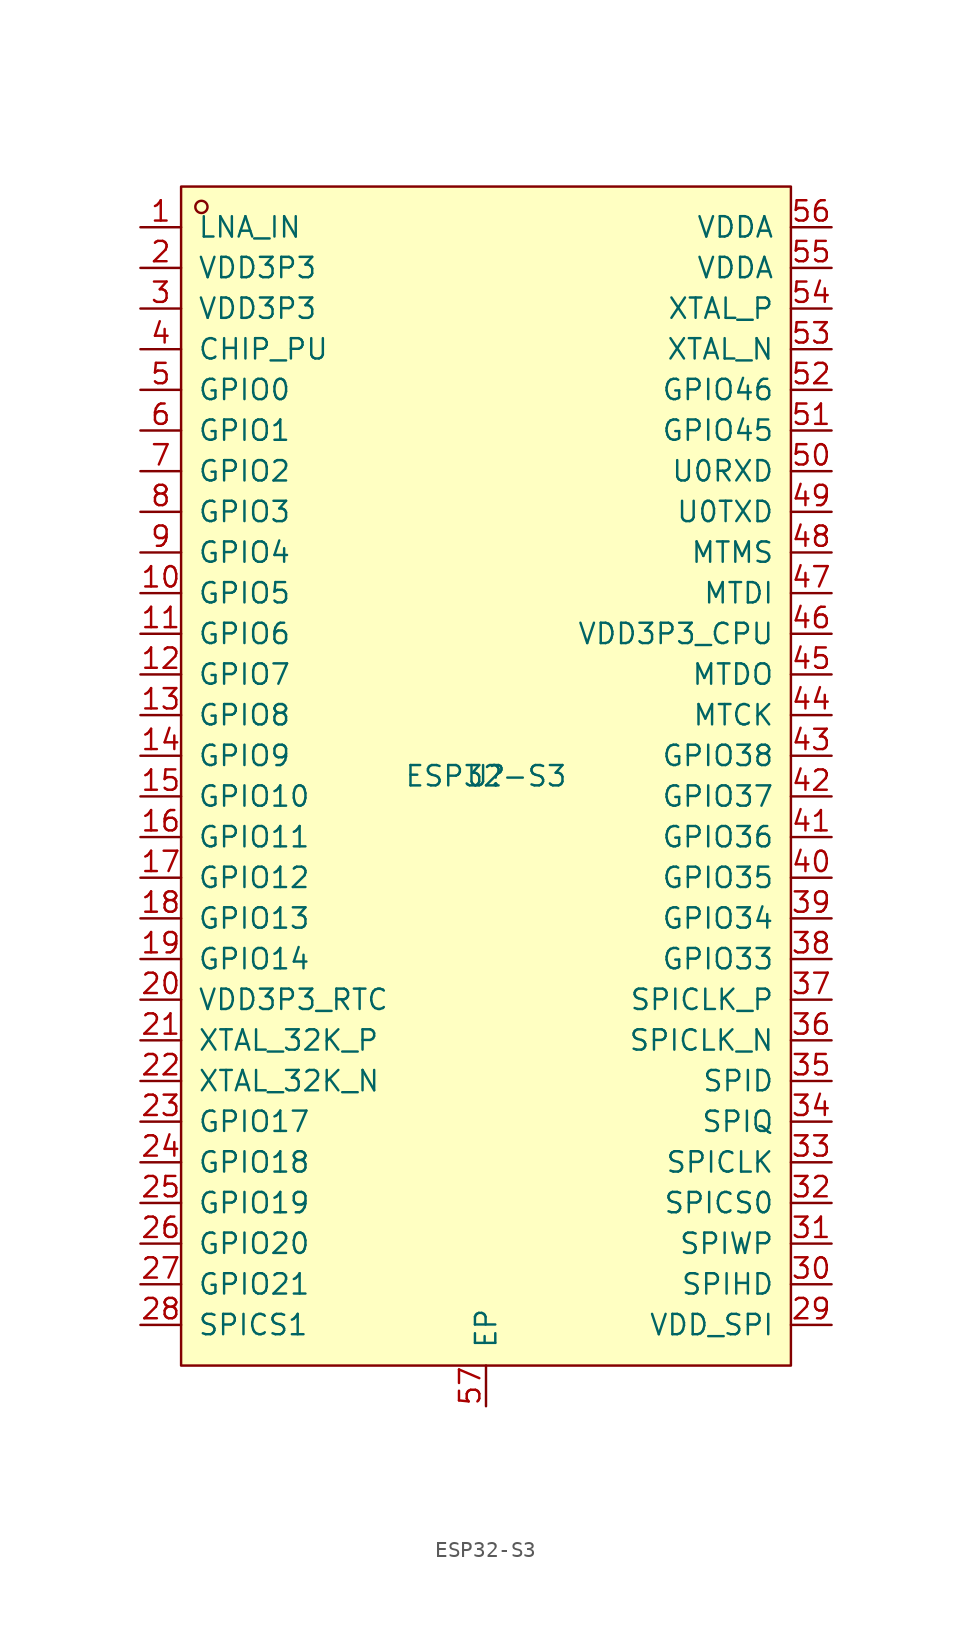
<source format=kicad_sym>
(kicad_symbol_lib
  (version 20211014)
  (generator kicad_symbol_editor)
  (symbol "ESP32-S3"
    (pin_names
      (offset 1.016))
    (property "Reference" "U"
      (at 0 0 0)
      (effects (font (size 1.27 1.27))))
    (property "Value" "ESP32-S3"
      (at 0 0 0)
      (effects (font (size 1.27 1.27))))
    (symbol "ESP32-S3_1_1"
      (rectangle (start -19.05 -36.83) (end 19.05 36.83) (stroke (width 0) (type default) (color 0 0 0 0)) (fill (type background)))
      (circle (center -17.78 35.56) (radius 0.381) (stroke (width 0) (type default) (color 0 0 0 0)) (fill (type none)))
      (pin input line (at -21.59 34.29 0) (length 2.54) (name "LNA_IN" (effects (font (size 1.27 1.27)))) (number "1" (effects (font (size 1.27 1.27)))))
      (pin input line (at -21.59 11.43 0) (length 2.54) (name "GPIO5" (effects (font (size 1.27 1.27)))) (number "10" (effects (font (size 1.27 1.27)))))
      (pin input line (at -21.59 8.89 0) (length 2.54) (name "GPIO6" (effects (font (size 1.27 1.27)))) (number "11" (effects (font (size 1.27 1.27)))))
      (pin input line (at -21.59 6.35 0) (length 2.54) (name "GPIO7" (effects (font (size 1.27 1.27)))) (number "12" (effects (font (size 1.27 1.27)))))
      (pin input line (at -21.59 3.81 0) (length 2.54) (name "GPIO8" (effects (font (size 1.27 1.27)))) (number "13" (effects (font (size 1.27 1.27)))))
      (pin input line (at -21.59 1.27 0) (length 2.54) (name "GPIO9" (effects (font (size 1.27 1.27)))) (number "14" (effects (font (size 1.27 1.27)))))
      (pin input line (at -21.59 -1.27 0) (length 2.54) (name "GPIO10" (effects (font (size 1.27 1.27)))) (number "15" (effects (font (size 1.27 1.27)))))
      (pin input line (at -21.59 -3.81 0) (length 2.54) (name "GPIO11" (effects (font (size 1.27 1.27)))) (number "16" (effects (font (size 1.27 1.27)))))
      (pin input line (at -21.59 -6.35 0) (length 2.54) (name "GPIO12" (effects (font (size 1.27 1.27)))) (number "17" (effects (font (size 1.27 1.27)))))
      (pin input line (at -21.59 -8.89 0) (length 2.54) (name "GPIO13" (effects (font (size 1.27 1.27)))) (number "18" (effects (font (size 1.27 1.27)))))
      (pin input line (at -21.59 -11.43 0) (length 2.54) (name "GPIO14" (effects (font (size 1.27 1.27)))) (number "19" (effects (font (size 1.27 1.27)))))
      (pin input line (at -21.59 31.75 0) (length 2.54) (name "VDD3P3" (effects (font (size 1.27 1.27)))) (number "2" (effects (font (size 1.27 1.27)))))
      (pin input line (at -21.59 -13.97 0) (length 2.54) (name "VDD3P3_RTC" (effects (font (size 1.27 1.27)))) (number "20" (effects (font (size 1.27 1.27)))))
      (pin input line (at -21.59 -16.51 0) (length 2.54) (name "XTAL_32K_P" (effects (font (size 1.27 1.27)))) (number "21" (effects (font (size 1.27 1.27)))))
      (pin input line (at -21.59 -19.05 0) (length 2.54) (name "XTAL_32K_N" (effects (font (size 1.27 1.27)))) (number "22" (effects (font (size 1.27 1.27)))))
      (pin input line (at -21.59 -21.59 0) (length 2.54) (name "GPIO17" (effects (font (size 1.27 1.27)))) (number "23" (effects (font (size 1.27 1.27)))))
      (pin input line (at -21.59 -24.13 0) (length 2.54) (name "GPIO18" (effects (font (size 1.27 1.27)))) (number "24" (effects (font (size 1.27 1.27)))))
      (pin input line (at -21.59 -26.67 0) (length 2.54) (name "GPIO19" (effects (font (size 1.27 1.27)))) (number "25" (effects (font (size 1.27 1.27)))))
      (pin input line (at -21.59 -29.21 0) (length 2.54) (name "GPIO20" (effects (font (size 1.27 1.27)))) (number "26" (effects (font (size 1.27 1.27)))))
      (pin input line (at -21.59 -31.75 0) (length 2.54) (name "GPIO21" (effects (font (size 1.27 1.27)))) (number "27" (effects (font (size 1.27 1.27)))))
      (pin input line (at -21.59 -34.29 0) (length 2.54) (name "SPICS1" (effects (font (size 1.27 1.27)))) (number "28" (effects (font (size 1.27 1.27)))))
      (pin input line (at 21.59 -34.29 180) (length 2.54) (name "VDD_SPI" (effects (font (size 1.27 1.27)))) (number "29" (effects (font (size 1.27 1.27)))))
      (pin input line (at -21.59 29.21 0) (length 2.54) (name "VDD3P3" (effects (font (size 1.27 1.27)))) (number "3" (effects (font (size 1.27 1.27)))))
      (pin input line (at 21.59 -31.75 180) (length 2.54) (name "SPIHD" (effects (font (size 1.27 1.27)))) (number "30" (effects (font (size 1.27 1.27)))))
      (pin input line (at 21.59 -29.21 180) (length 2.54) (name "SPIWP" (effects (font (size 1.27 1.27)))) (number "31" (effects (font (size 1.27 1.27)))))
      (pin input line (at 21.59 -26.67 180) (length 2.54) (name "SPICS0" (effects (font (size 1.27 1.27)))) (number "32" (effects (font (size 1.27 1.27)))))
      (pin input line (at 21.59 -24.13 180) (length 2.54) (name "SPICLK" (effects (font (size 1.27 1.27)))) (number "33" (effects (font (size 1.27 1.27)))))
      (pin input line (at 21.59 -21.59 180) (length 2.54) (name "SPIQ" (effects (font (size 1.27 1.27)))) (number "34" (effects (font (size 1.27 1.27)))))
      (pin input line (at 21.59 -19.05 180) (length 2.54) (name "SPID" (effects (font (size 1.27 1.27)))) (number "35" (effects (font (size 1.27 1.27)))))
      (pin input line (at 21.59 -16.51 180) (length 2.54) (name "SPICLK_N" (effects (font (size 1.27 1.27)))) (number "36" (effects (font (size 1.27 1.27)))))
      (pin input line (at 21.59 -13.97 180) (length 2.54) (name "SPICLK_P" (effects (font (size 1.27 1.27)))) (number "37" (effects (font (size 1.27 1.27)))))
      (pin input line (at 21.59 -11.43 180) (length 2.54) (name "GPIO33" (effects (font (size 1.27 1.27)))) (number "38" (effects (font (size 1.27 1.27)))))
      (pin input line (at 21.59 -8.89 180) (length 2.54) (name "GPIO34" (effects (font (size 1.27 1.27)))) (number "39" (effects (font (size 1.27 1.27)))))
      (pin input line (at -21.59 26.67 0) (length 2.54) (name "CHIP_PU" (effects (font (size 1.27 1.27)))) (number "4" (effects (font (size 1.27 1.27)))))
      (pin input line (at 21.59 -6.35 180) (length 2.54) (name "GPIO35" (effects (font (size 1.27 1.27)))) (number "40" (effects (font (size 1.27 1.27)))))
      (pin input line (at 21.59 -3.81 180) (length 2.54) (name "GPIO36" (effects (font (size 1.27 1.27)))) (number "41" (effects (font (size 1.27 1.27)))))
      (pin input line (at 21.59 -1.27 180) (length 2.54) (name "GPIO37" (effects (font (size 1.27 1.27)))) (number "42" (effects (font (size 1.27 1.27)))))
      (pin input line (at 21.59 1.27 180) (length 2.54) (name "GPIO38" (effects (font (size 1.27 1.27)))) (number "43" (effects (font (size 1.27 1.27)))))
      (pin input line (at 21.59 3.81 180) (length 2.54) (name "MTCK" (effects (font (size 1.27 1.27)))) (number "44" (effects (font (size 1.27 1.27)))))
      (pin input line (at 21.59 6.35 180) (length 2.54) (name "MTDO" (effects (font (size 1.27 1.27)))) (number "45" (effects (font (size 1.27 1.27)))))
      (pin input line (at 21.59 8.89 180) (length 2.54) (name "VDD3P3_CPU" (effects (font (size 1.27 1.27)))) (number "46" (effects (font (size 1.27 1.27)))))
      (pin input line (at 21.59 11.43 180) (length 2.54) (name "MTDI" (effects (font (size 1.27 1.27)))) (number "47" (effects (font (size 1.27 1.27)))))
      (pin input line (at 21.59 13.97 180) (length 2.54) (name "MTMS" (effects (font (size 1.27 1.27)))) (number "48" (effects (font (size 1.27 1.27)))))
      (pin input line (at 21.59 16.51 180) (length 2.54) (name "U0TXD" (effects (font (size 1.27 1.27)))) (number "49" (effects (font (size 1.27 1.27)))))
      (pin input line (at -21.59 24.13 0) (length 2.54) (name "GPIO0" (effects (font (size 1.27 1.27)))) (number "5" (effects (font (size 1.27 1.27)))))
      (pin input line (at 21.59 19.05 180) (length 2.54) (name "U0RXD" (effects (font (size 1.27 1.27)))) (number "50" (effects (font (size 1.27 1.27)))))
      (pin input line (at 21.59 21.59 180) (length 2.54) (name "GPIO45" (effects (font (size 1.27 1.27)))) (number "51" (effects (font (size 1.27 1.27)))))
      (pin input line (at 21.59 24.13 180) (length 2.54) (name "GPIO46" (effects (font (size 1.27 1.27)))) (number "52" (effects (font (size 1.27 1.27)))))
      (pin input line (at 21.59 26.67 180) (length 2.54) (name "XTAL_N" (effects (font (size 1.27 1.27)))) (number "53" (effects (font (size 1.27 1.27)))))
      (pin input line (at 21.59 29.21 180) (length 2.54) (name "XTAL_P" (effects (font (size 1.27 1.27)))) (number "54" (effects (font (size 1.27 1.27)))))
      (pin input line (at 21.59 31.75 180) (length 2.54) (name "VDDA" (effects (font (size 1.27 1.27)))) (number "55" (effects (font (size 1.27 1.27)))))
      (pin input line (at 21.59 34.29 180) (length 2.54) (name "VDDA" (effects (font (size 1.27 1.27)))) (number "56" (effects (font (size 1.27 1.27)))))
      (pin input line (at 0 -39.37 90) (length 2.54) (name "EP" (effects (font (size 1.27 1.27)))) (number "57" (effects (font (size 1.27 1.27)))))
      (pin input line (at -21.59 21.59 0) (length 2.54) (name "GPIO1" (effects (font (size 1.27 1.27)))) (number "6" (effects (font (size 1.27 1.27)))))
      (pin input line (at -21.59 19.05 0) (length 2.54) (name "GPIO2" (effects (font (size 1.27 1.27)))) (number "7" (effects (font (size 1.27 1.27)))))
      (pin input line (at -21.59 16.51 0) (length 2.54) (name "GPIO3" (effects (font (size 1.27 1.27)))) (number "8" (effects (font (size 1.27 1.27)))))
      (pin input line (at -21.59 13.97 0) (length 2.54) (name "GPIO4" (effects (font (size 1.27 1.27)))) (number "9" (effects (font (size 1.27 1.27))))))))
</source>
